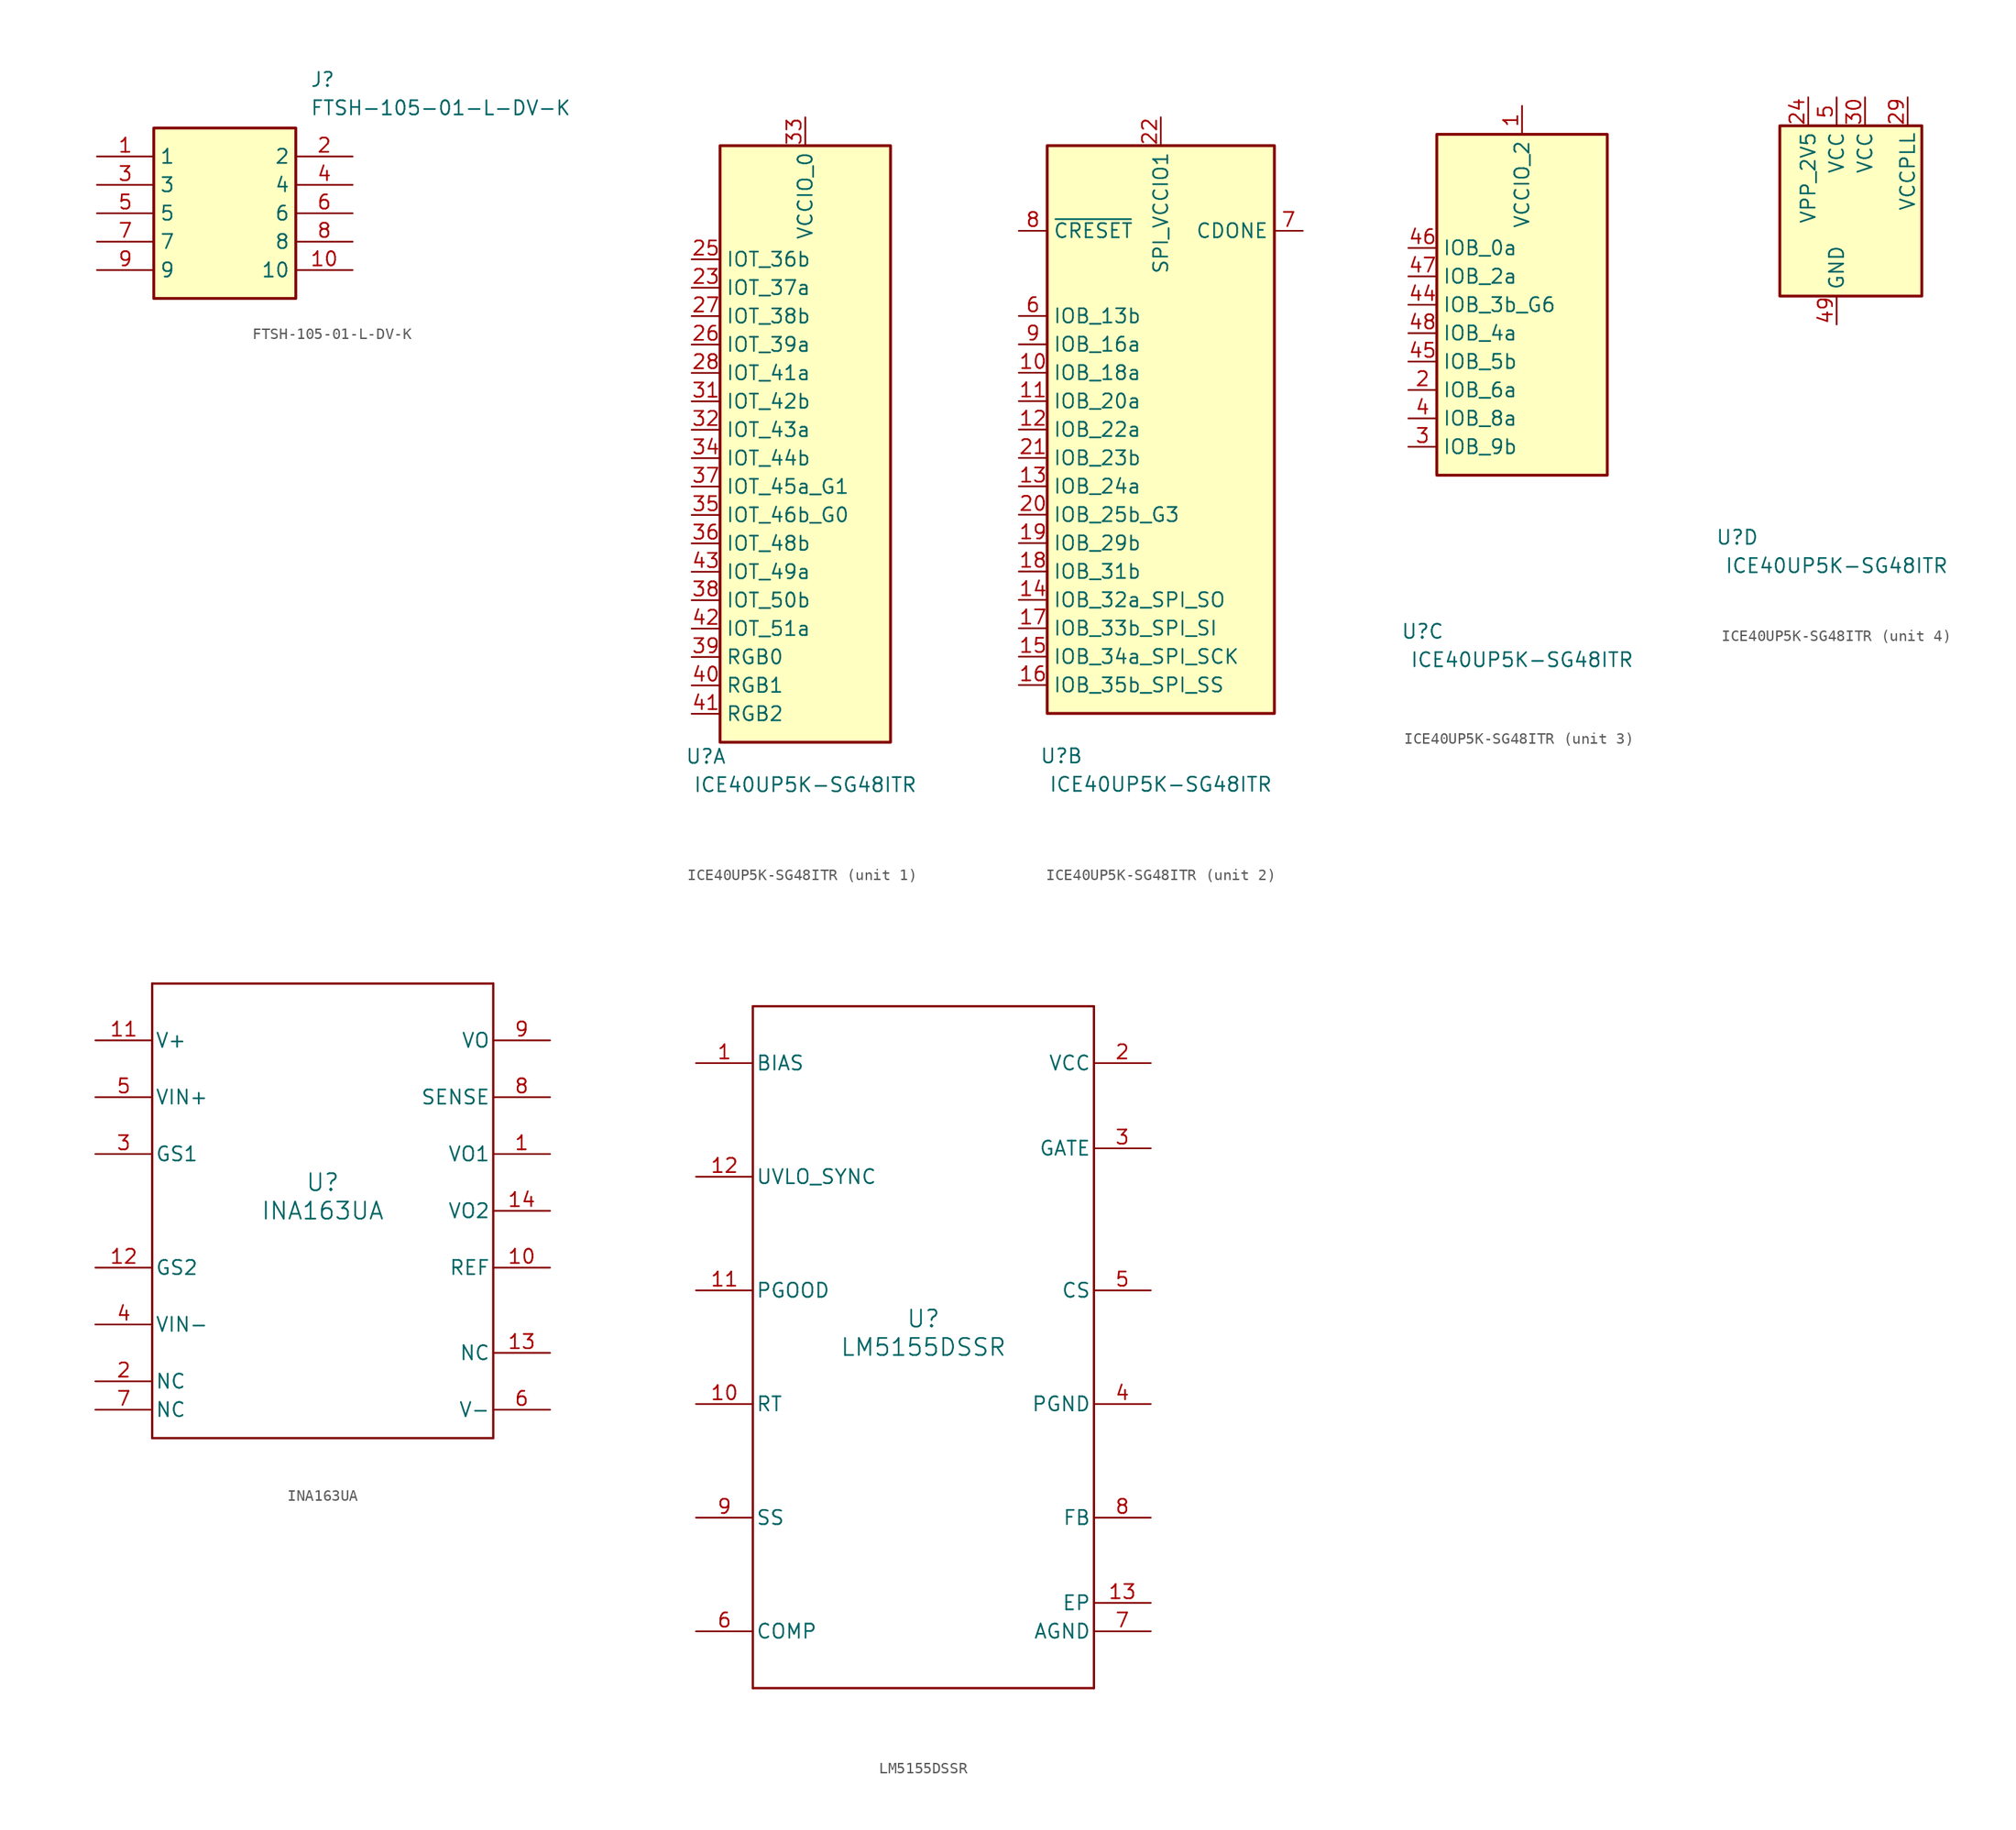
<source format=kicad_sym>
(kicad_symbol_lib
  (version 20241209)
  (generator "kicad_symbol_editor")
  (generator_version "9.0")
  (symbol "FTSH-105-01-L-DV-K"
    (property "Reference" "J"
      (at 19.05 7.62 0)
      (effects (font (size 1.27 1.27)) (justify left top)))
    (property "Value" "FTSH-105-01-L-DV-K"
      (at 19.05 5.08 0)
      (effects (font (size 1.27 1.27)) (justify left top)))
    (symbol "FTSH-105-01-L-DV-K_1_1"
      (rectangle (start 5.08 2.54) (end 17.78 -12.7) (stroke (width 0.254) (type default)) (fill (type background)))
      (pin passive line (at 0 0 0) (length 5.08) (name "1" (effects (font (size 1.27 1.27)))) (number "1" (effects (font (size 1.27 1.27)))))
      (pin passive line (at 0 -2.54 0) (length 5.08) (name "3" (effects (font (size 1.27 1.27)))) (number "3" (effects (font (size 1.27 1.27)))))
      (pin passive line (at 0 -5.08 0) (length 5.08) (name "5" (effects (font (size 1.27 1.27)))) (number "5" (effects (font (size 1.27 1.27)))))
      (pin passive line (at 0 -7.62 0) (length 5.08) (name "7" (effects (font (size 1.27 1.27)))) (number "7" (effects (font (size 1.27 1.27)))))
      (pin passive line (at 0 -10.16 0) (length 5.08) (name "9" (effects (font (size 1.27 1.27)))) (number "9" (effects (font (size 1.27 1.27)))))
      (pin passive line (at 22.86 0 180) (length 5.08) (name "2" (effects (font (size 1.27 1.27)))) (number "2" (effects (font (size 1.27 1.27)))))
      (pin passive line (at 22.86 -2.54 180) (length 5.08) (name "4" (effects (font (size 1.27 1.27)))) (number "4" (effects (font (size 1.27 1.27)))))
      (pin passive line (at 22.86 -5.08 180) (length 5.08) (name "6" (effects (font (size 1.27 1.27)))) (number "6" (effects (font (size 1.27 1.27)))))
      (pin passive line (at 22.86 -7.62 180) (length 5.08) (name "8" (effects (font (size 1.27 1.27)))) (number "8" (effects (font (size 1.27 1.27)))))
      (pin passive line (at 22.86 -10.16 180) (length 5.08) (name "10" (effects (font (size 1.27 1.27)))) (number "10" (effects (font (size 1.27 1.27)))))))
  (symbol "ICE40UP5K-SG48ITR"
    (property "Reference" "U"
      (at -8.89 -29.21 0)
      (effects (font (size 1.27 1.27))))
    (property "Value" "ICE40UP5K-SG48ITR"
      (at 0 -31.75 0)
      (effects (font (size 1.27 1.27))))
    (property "ki_locked" ""
      (at 0 0 0)
      (effects (font (size 1.27 1.27))))
    (symbol "ICE40UP5K-SG48ITR_1_1"
      (rectangle (start -7.62 25.4) (end 7.62 -27.94) (stroke (width 0.254) (type default)) (fill (type background)))
      (pin bidirectional line (at -10.16 15.24 0) (length 2.54) (name "IOT_36b" (effects (font (size 1.27 1.27)))) (number "25" (effects (font (size 1.27 1.27)))))
      (pin bidirectional line (at -10.16 12.7 0) (length 2.54) (name "IOT_37a" (effects (font (size 1.27 1.27)))) (number "23" (effects (font (size 1.27 1.27)))))
      (pin bidirectional line (at -10.16 10.16 0) (length 2.54) (name "IOT_38b" (effects (font (size 1.27 1.27)))) (number "27" (effects (font (size 1.27 1.27)))))
      (pin bidirectional line (at -10.16 7.62 0) (length 2.54) (name "IOT_39a" (effects (font (size 1.27 1.27)))) (number "26" (effects (font (size 1.27 1.27)))))
      (pin bidirectional line (at -10.16 5.08 0) (length 2.54) (name "IOT_41a" (effects (font (size 1.27 1.27)))) (number "28" (effects (font (size 1.27 1.27)))))
      (pin bidirectional line (at -10.16 2.54 0) (length 2.54) (name "IOT_42b" (effects (font (size 1.27 1.27)))) (number "31" (effects (font (size 1.27 1.27)))))
      (pin bidirectional line (at -10.16 0 0) (length 2.54) (name "IOT_43a" (effects (font (size 1.27 1.27)))) (number "32" (effects (font (size 1.27 1.27)))))
      (pin bidirectional line (at -10.16 -2.54 0) (length 2.54) (name "IOT_44b" (effects (font (size 1.27 1.27)))) (number "34" (effects (font (size 1.27 1.27)))))
      (pin bidirectional line (at -10.16 -5.08 0) (length 2.54) (name "IOT_45a_G1" (effects (font (size 1.27 1.27)))) (number "37" (effects (font (size 1.27 1.27)))))
      (pin bidirectional line (at -10.16 -7.62 0) (length 2.54) (name "IOT_46b_G0" (effects (font (size 1.27 1.27)))) (number "35" (effects (font (size 1.27 1.27)))))
      (pin bidirectional line (at -10.16 -10.16 0) (length 2.54) (name "IOT_48b" (effects (font (size 1.27 1.27)))) (number "36" (effects (font (size 1.27 1.27)))))
      (pin bidirectional line (at -10.16 -12.7 0) (length 2.54) (name "IOT_49a" (effects (font (size 1.27 1.27)))) (number "43" (effects (font (size 1.27 1.27)))))
      (pin bidirectional line (at -10.16 -15.24 0) (length 2.54) (name "IOT_50b" (effects (font (size 1.27 1.27)))) (number "38" (effects (font (size 1.27 1.27)))))
      (pin bidirectional line (at -10.16 -17.78 0) (length 2.54) (name "IOT_51a" (effects (font (size 1.27 1.27)))) (number "42" (effects (font (size 1.27 1.27)))))
      (pin open_collector line (at -10.16 -20.32 0) (length 2.54) (name "RGB0" (effects (font (size 1.27 1.27)))) (number "39" (effects (font (size 1.27 1.27)))))
      (pin open_collector line (at -10.16 -22.86 0) (length 2.54) (name "RGB1" (effects (font (size 1.27 1.27)))) (number "40" (effects (font (size 1.27 1.27)))))
      (pin open_collector line (at -10.16 -25.4 0) (length 2.54) (name "RGB2" (effects (font (size 1.27 1.27)))) (number "41" (effects (font (size 1.27 1.27)))))
      (pin power_in line (at 0 27.94 270) (length 2.54) (name "VCCIO_0" (effects (font (size 1.27 1.27)))) (number "33" (effects (font (size 1.27 1.27))))))
    (symbol "ICE40UP5K-SG48ITR_2_1"
      (rectangle (start -10.16 25.4) (end 10.16 -25.4) (stroke (width 0.254) (type default)) (fill (type background)))
      (pin input line (at -12.7 17.78 0) (length 2.54) (name "~{CRESET}" (effects (font (size 1.27 1.27)))) (number "8" (effects (font (size 1.27 1.27)))))
      (pin bidirectional line (at -12.7 10.16 0) (length 2.54) (name "IOB_13b" (effects (font (size 1.27 1.27)))) (number "6" (effects (font (size 1.27 1.27)))))
      (pin bidirectional line (at -12.7 7.62 0) (length 2.54) (name "IOB_16a" (effects (font (size 1.27 1.27)))) (number "9" (effects (font (size 1.27 1.27)))))
      (pin bidirectional line (at -12.7 5.08 0) (length 2.54) (name "IOB_18a" (effects (font (size 1.27 1.27)))) (number "10" (effects (font (size 1.27 1.27)))))
      (pin bidirectional line (at -12.7 2.54 0) (length 2.54) (name "IOB_20a" (effects (font (size 1.27 1.27)))) (number "11" (effects (font (size 1.27 1.27)))))
      (pin bidirectional line (at -12.7 0 0) (length 2.54) (name "IOB_22a" (effects (font (size 1.27 1.27)))) (number "12" (effects (font (size 1.27 1.27)))))
      (pin bidirectional line (at -12.7 -2.54 0) (length 2.54) (name "IOB_23b" (effects (font (size 1.27 1.27)))) (number "21" (effects (font (size 1.27 1.27)))))
      (pin bidirectional line (at -12.7 -5.08 0) (length 2.54) (name "IOB_24a" (effects (font (size 1.27 1.27)))) (number "13" (effects (font (size 1.27 1.27)))))
      (pin bidirectional line (at -12.7 -7.62 0) (length 2.54) (name "IOB_25b_G3" (effects (font (size 1.27 1.27)))) (number "20" (effects (font (size 1.27 1.27)))))
      (pin bidirectional line (at -12.7 -10.16 0) (length 2.54) (name "IOB_29b" (effects (font (size 1.27 1.27)))) (number "19" (effects (font (size 1.27 1.27)))))
      (pin bidirectional line (at -12.7 -12.7 0) (length 2.54) (name "IOB_31b" (effects (font (size 1.27 1.27)))) (number "18" (effects (font (size 1.27 1.27)))))
      (pin bidirectional line (at -12.7 -15.24 0) (length 2.54) (name "IOB_32a_SPI_SO" (effects (font (size 1.27 1.27)))) (number "14" (effects (font (size 1.27 1.27)))))
      (pin bidirectional line (at -12.7 -17.78 0) (length 2.54) (name "IOB_33b_SPI_SI" (effects (font (size 1.27 1.27)))) (number "17" (effects (font (size 1.27 1.27)))))
      (pin bidirectional line (at -12.7 -20.32 0) (length 2.54) (name "IOB_34a_SPI_SCK" (effects (font (size 1.27 1.27)))) (number "15" (effects (font (size 1.27 1.27)))))
      (pin bidirectional line (at -12.7 -22.86 0) (length 2.54) (name "IOB_35b_SPI_SS" (effects (font (size 1.27 1.27)))) (number "16" (effects (font (size 1.27 1.27)))))
      (pin power_in line (at 0 27.94 270) (length 2.54) (name "SPI_VCCIO1" (effects (font (size 1.27 1.27)))) (number "22" (effects (font (size 1.27 1.27)))))
      (pin open_collector line (at 12.7 17.78 180) (length 2.54) (name "CDONE" (effects (font (size 1.27 1.27)))) (number "7" (effects (font (size 1.27 1.27))))))
    (symbol "ICE40UP5K-SG48ITR_3_1"
      (rectangle (start -7.62 15.24) (end 7.62 -15.24) (stroke (width 0.254) (type default)) (fill (type background)))
      (pin bidirectional line (at -10.16 5.08 0) (length 2.54) (name "IOB_0a" (effects (font (size 1.27 1.27)))) (number "46" (effects (font (size 1.27 1.27)))))
      (pin bidirectional line (at -10.16 2.54 0) (length 2.54) (name "IOB_2a" (effects (font (size 1.27 1.27)))) (number "47" (effects (font (size 1.27 1.27)))))
      (pin bidirectional line (at -10.16 0 0) (length 2.54) (name "IOB_3b_G6" (effects (font (size 1.27 1.27)))) (number "44" (effects (font (size 1.27 1.27)))))
      (pin bidirectional line (at -10.16 -2.54 0) (length 2.54) (name "IOB_4a" (effects (font (size 1.27 1.27)))) (number "48" (effects (font (size 1.27 1.27)))))
      (pin bidirectional line (at -10.16 -5.08 0) (length 2.54) (name "IOB_5b" (effects (font (size 1.27 1.27)))) (number "45" (effects (font (size 1.27 1.27)))))
      (pin bidirectional line (at -10.16 -7.62 0) (length 2.54) (name "IOB_6a" (effects (font (size 1.27 1.27)))) (number "2" (effects (font (size 1.27 1.27)))))
      (pin bidirectional line (at -10.16 -10.16 0) (length 2.54) (name "IOB_8a" (effects (font (size 1.27 1.27)))) (number "4" (effects (font (size 1.27 1.27)))))
      (pin bidirectional line (at -10.16 -12.7 0) (length 2.54) (name "IOB_9b" (effects (font (size 1.27 1.27)))) (number "3" (effects (font (size 1.27 1.27)))))
      (pin power_in line (at 0 17.78 270) (length 2.54) (name "VCCIO_2" (effects (font (size 1.27 1.27)))) (number "1" (effects (font (size 1.27 1.27))))))
    (symbol "ICE40UP5K-SG48ITR_4_1"
      (rectangle (start -5.08 7.62) (end 7.62 -7.62) (stroke (width 0.254) (type default)) (fill (type background)))
      (pin power_in line (at -2.54 10.16 270) (length 2.54) (name "VPP_2V5" (effects (font (size 1.27 1.27)))) (number "24" (effects (font (size 1.27 1.27)))))
      (pin power_in line (at 0 10.16 270) (length 2.54) (name "VCC" (effects (font (size 1.27 1.27)))) (number "5" (effects (font (size 1.27 1.27)))))
      (pin power_in line (at 0 -10.16 90) (length 2.54) (name "GND" (effects (font (size 1.27 1.27)))) (number "49" (effects (font (size 1.27 1.27)))))
      (pin power_in line (at 2.54 10.16 270) (length 2.54) (name "VCC" (effects (font (size 1.27 1.27)))) (number "30" (effects (font (size 1.27 1.27)))))
      (pin power_out line (at 6.35 10.16 270) (length 2.54) (name "VCCPLL" (effects (font (size 1.27 1.27)))) (number "29" (effects (font (size 1.27 1.27)))))))
  (symbol "INA163UA"
    (pin_names
      (offset 0.254))
    (property "Reference" "U"
      (at 0 2.54 0)
      (effects (font (size 1.524 1.524))))
    (property "Value" "INA163UA"
      (at 0 0 0)
      (effects (font (size 1.524 1.524))))
    (property "ki_locked" ""
      (at 0 0 0)
      (effects (font (size 1.27 1.27))))
    (symbol "INA163UA_0_1"
      (polyline (pts (xy -15.24 20.32) (xy -15.24 -20.32)) (stroke (width 0.203) (type default)) (fill (type none)))
      (polyline (pts (xy -15.24 -20.32) (xy 15.24 -20.32)) (stroke (width 0.203) (type default)) (fill (type none)))
      (polyline (pts (xy 15.24 20.32) (xy -15.24 20.32)) (stroke (width 0.203) (type default)) (fill (type none)))
      (polyline (pts (xy 15.24 -20.32) (xy 15.24 20.32)) (stroke (width 0.203) (type default)) (fill (type none)))
      (pin power_in line (at -20.32 15.24 0) (length 5.08) (name "V+" (effects (font (size 1.27 1.27)))) (number "11" (effects (font (size 1.27 1.27)))))
      (pin input line (at -20.32 10.16 0) (length 5.08) (name "VIN+" (effects (font (size 1.27 1.27)))) (number "5" (effects (font (size 1.27 1.27)))))
      (pin unspecified line (at -20.32 5.08 0) (length 5.08) (name "GS1" (effects (font (size 1.27 1.27)))) (number "3" (effects (font (size 1.27 1.27)))))
      (pin unspecified line (at -20.32 -5.08 0) (length 5.08) (name "GS2" (effects (font (size 1.27 1.27)))) (number "12" (effects (font (size 1.27 1.27)))))
      (pin input line (at -20.32 -10.16 0) (length 5.08) (name "VIN-" (effects (font (size 1.27 1.27)))) (number "4" (effects (font (size 1.27 1.27)))))
      (pin unspecified line (at -20.32 -15.24 0) (length 5.08) (name "NC" (effects (font (size 1.27 1.27)))) (number "2" (effects (font (size 1.27 1.27)))))
      (pin unspecified line (at -20.32 -17.78 0) (length 5.08) (name "NC" (effects (font (size 1.27 1.27)))) (number "7" (effects (font (size 1.27 1.27)))))
      (pin output line (at 20.32 15.24 180) (length 5.08) (name "VO" (effects (font (size 1.27 1.27)))) (number "9" (effects (font (size 1.27 1.27)))))
      (pin input line (at 20.32 10.16 180) (length 5.08) (name "SENSE" (effects (font (size 1.27 1.27)))) (number "8" (effects (font (size 1.27 1.27)))))
      (pin output line (at 20.32 5.08 180) (length 5.08) (name "VO1" (effects (font (size 1.27 1.27)))) (number "1" (effects (font (size 1.27 1.27)))))
      (pin output line (at 20.32 0 180) (length 5.08) (name "VO2" (effects (font (size 1.27 1.27)))) (number "14" (effects (font (size 1.27 1.27)))))
      (pin input line (at 20.32 -5.08 180) (length 5.08) (name "REF" (effects (font (size 1.27 1.27)))) (number "10" (effects (font (size 1.27 1.27)))))
      (pin unspecified line (at 20.32 -12.7 180) (length 5.08) (name "NC" (effects (font (size 1.27 1.27)))) (number "13" (effects (font (size 1.27 1.27)))))
      (pin power_in line (at 20.32 -17.78 180) (length 5.08) (name "V-" (effects (font (size 1.27 1.27)))) (number "6" (effects (font (size 1.27 1.27)))))))
  (symbol "LM5155DSSR"
    (pin_names
      (offset 0.254))
    (property "Reference" "U"
      (at 0 2.54 0)
      (effects (font (size 1.524 1.524))))
    (property "Value" "LM5155DSSR"
      (at 0 0 0)
      (effects (font (size 1.524 1.524))))
    (property "ki_locked" ""
      (at 0 0 0)
      (effects (font (size 1.27 1.27))))
    (symbol "LM5155DSSR_0_1"
      (polyline (pts (xy -15.24 30.48) (xy -15.24 -30.48)) (stroke (width 0.203) (type default)) (fill (type none)))
      (polyline (pts (xy -15.24 -30.48) (xy 15.24 -30.48)) (stroke (width 0.203) (type default)) (fill (type none)))
      (polyline (pts (xy 15.24 30.48) (xy -15.24 30.48)) (stroke (width 0.203) (type default)) (fill (type none)))
      (polyline (pts (xy 15.24 -30.48) (xy 15.24 30.48)) (stroke (width 0.203) (type default)) (fill (type none)))
      (pin power_in line (at -20.32 25.4 0) (length 5.08) (name "BIAS" (effects (font (size 1.27 1.27)))) (number "1" (effects (font (size 1.27 1.27)))))
      (pin input line (at -20.32 15.24 0) (length 5.08) (name "UVLO_SYNC" (effects (font (size 1.27 1.27)))) (number "12" (effects (font (size 1.27 1.27)))))
      (pin open_collector line (at -20.32 5.08 0) (length 5.08) (name "PGOOD" (effects (font (size 1.27 1.27)))) (number "11" (effects (font (size 1.27 1.27)))))
      (pin input line (at -20.32 -5.08 0) (length 5.08) (name "RT" (effects (font (size 1.27 1.27)))) (number "10" (effects (font (size 1.27 1.27)))))
      (pin input line (at -20.32 -15.24 0) (length 5.08) (name "SS" (effects (font (size 1.27 1.27)))) (number "9" (effects (font (size 1.27 1.27)))))
      (pin output line (at -20.32 -25.4 0) (length 5.08) (name "COMP" (effects (font (size 1.27 1.27)))) (number "6" (effects (font (size 1.27 1.27)))))
      (pin power_in line (at 20.32 25.4 180) (length 5.08) (name "VCC" (effects (font (size 1.27 1.27)))) (number "2" (effects (font (size 1.27 1.27)))))
      (pin output line (at 20.32 17.78 180) (length 5.08) (name "GATE" (effects (font (size 1.27 1.27)))) (number "3" (effects (font (size 1.27 1.27)))))
      (pin input line (at 20.32 5.08 180) (length 5.08) (name "CS" (effects (font (size 1.27 1.27)))) (number "5" (effects (font (size 1.27 1.27)))))
      (pin power_in line (at 20.32 -5.08 180) (length 5.08) (name "PGND" (effects (font (size 1.27 1.27)))) (number "4" (effects (font (size 1.27 1.27)))))
      (pin input line (at 20.32 -15.24 180) (length 5.08) (name "FB" (effects (font (size 1.27 1.27)))) (number "8" (effects (font (size 1.27 1.27)))))
      (pin unspecified line (at 20.32 -22.86 180) (length 5.08) (name "EP" (effects (font (size 1.27 1.27)))) (number "13" (effects (font (size 1.27 1.27)))))
      (pin power_in line (at 20.32 -25.4 180) (length 5.08) (name "AGND" (effects (font (size 1.27 1.27)))) (number "7" (effects (font (size 1.27 1.27))))))))
</source>
